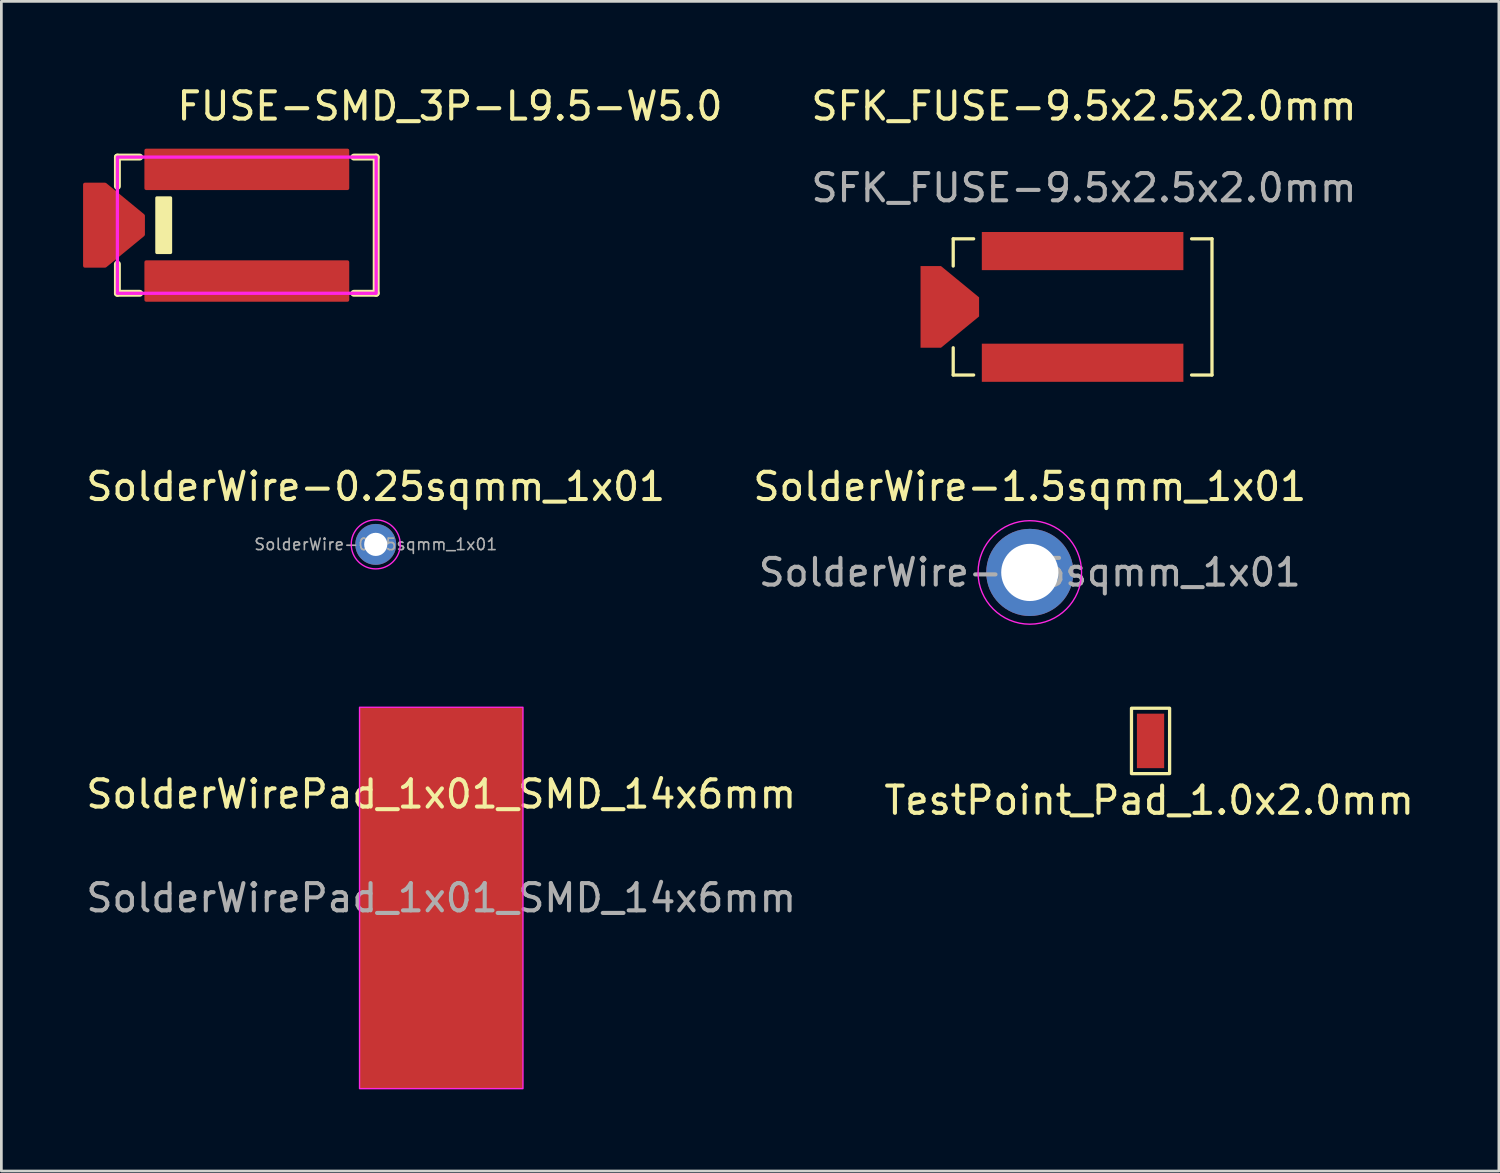
<source format=kicad_pcb>
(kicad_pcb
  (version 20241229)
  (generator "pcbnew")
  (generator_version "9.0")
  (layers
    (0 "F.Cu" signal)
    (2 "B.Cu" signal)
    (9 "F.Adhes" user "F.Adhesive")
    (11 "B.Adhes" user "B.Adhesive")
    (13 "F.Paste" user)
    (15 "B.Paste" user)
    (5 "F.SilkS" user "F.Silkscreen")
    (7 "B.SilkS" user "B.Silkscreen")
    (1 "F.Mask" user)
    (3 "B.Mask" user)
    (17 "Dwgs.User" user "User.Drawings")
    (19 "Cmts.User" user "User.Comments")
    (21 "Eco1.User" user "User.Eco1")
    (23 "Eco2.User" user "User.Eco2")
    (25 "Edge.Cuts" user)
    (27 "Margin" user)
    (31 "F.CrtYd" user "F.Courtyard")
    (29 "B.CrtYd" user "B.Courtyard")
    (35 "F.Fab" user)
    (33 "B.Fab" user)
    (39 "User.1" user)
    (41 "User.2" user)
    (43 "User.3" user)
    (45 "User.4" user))
  (footprint "SolderWirePad_1x01_SMD_14x6mm"
    (layer "F.Cu")
    (at 13.149 29.915)
    (property "Reference" "SolderWirePad_1x01_SMD_14x6mm" (at 0 -3.81 0) (layer "F.SilkS") (effects (font (size 1 1) (thickness 0.15))))
    (attr smd exclude_from_pos_files exclude_from_bom)
    (fp_rect (start -3 -7) (end 3 7) (stroke (width 0.05) (type solid)) (fill no) (layer "F.CrtYd"))
    (fp_text user "${REFERENCE}" (at 0 0 0) (layer "F.Fab") (effects (font (size 1 1) (thickness 0.15))))
    (pad "1" smd rect (at 0 0) (size 6 14) (layers "F.Cu" "F.Mask" "F.Paste")))
  (footprint "SolderWire-0.25sqmm_1x01"
    (layer "F.Cu")
    (at 10.744 16.935)
    (property "Reference" "SolderWire-0.25sqmm_1x01" (at 0 -2.12 0) (layer "F.SilkS") (effects (font (size 1 1) (thickness 0.15))))
    (attr exclude_from_pos_files exclude_from_bom)
    (fp_circle (center 0 0) (end 0.9 0) (stroke (width 0.05) (type solid)) (fill no) (layer "F.CrtYd"))
    (fp_text user "${REFERENCE}" (at 0 0 0) (layer "F.Fab") (effects (font (size 0.42 0.42) (thickness 0.06))))
    (pad "1" thru_hole circle (at 0 0) (size 1.5 1.5) (drill 0.85) (layers "*.Cu" "*.Mask")))
  (footprint "FUSE-SMD_3P-L9.5-W5.0"
    (layer "F.Cu")
    (at 3.573 5.217)
    (property "Reference" "FUSE-SMD_3P-L9.5-W5.0" (at -0.203 -4.369 0) (layer "F.SilkS") (effects (font (size 1 1) (thickness 0.15)) (justify left)))
    (attr through_hole)
    (fp_line (start -2.313 -2.5) (end -1.494 -2.5) (stroke (width 0.254) (type solid)) (layer "F.SilkS"))
    (fp_line (start -2.313 -1.429) (end -2.313 -2.5) (stroke (width 0.254) (type solid)) (layer "F.SilkS"))
    (fp_line (start -2.313 2.5) (end -2.313 1.429) (stroke (width 0.254) (type solid)) (layer "F.SilkS"))
    (fp_line (start -1.494 2.5) (end -2.313 2.5) (stroke (width 0.254) (type solid)) (layer "F.SilkS"))
    (fp_line (start 6.369 -2.5) (end 7.187 -2.5) (stroke (width 0.254) (type solid)) (layer "F.SilkS"))
    (fp_line (start 7.187 -2.5) (end 7.187 2.5) (stroke (width 0.254) (type solid)) (layer "F.SilkS"))
    (fp_line (start 7.187 2.5) (end 6.369 2.5) (stroke (width 0.254) (type solid)) (layer "F.SilkS"))
    (fp_poly (pts (xy -0.863 -1) (xy -0.863 1) (xy -0.463 1) (xy -0.363 1) (xy -0.363 -1)) (stroke (width 0.12) (type solid)) (fill yes) (layer "F.SilkS"))
    (fp_circle (center 7.187 -2.5) (end 7.217 -2.5) (stroke (width 0.06) (type solid)) (fill no) (layer "Eco2.User"))
    (fp_rect (start -2.313 -2.5) (end 7.187 2.5) (stroke (width 0.12) (type solid)) (fill no) (layer "F.CrtYd"))
    (pad "1" smd custom (at 2.438 -2.05) (size 0.102 0.102) (layers "F.Cu" "F.Mask" "F.Paste") (options (anchor circle)) (primitives (gr_poly (pts (xy -3.7 -0.7) (xy -3.7 0.7) (xy 3.7 0.7) (xy 3.7 -0.7)) (width 0.12) (fill yes))))
    (pad "2" smd custom (at -2.438 0) (size 0.102 0.102) (layers "F.Cu" "F.Mask" "F.Paste") (options (anchor circle)) (primitives (gr_poly (pts (xy -1.075 -1.5) (xy -1.075 1.5) (xy -0.325 1.5) (xy 1.075 0.35) (xy 1.075 -0.35) (xy -0.325 -1.5) (xy -1.075 -1.5)) (width 0.12) (fill yes))))
    (pad "3" smd custom (at 2.438 2.05) (size 0.102 0.102) (layers "F.Cu" "F.Mask" "F.Paste") (options (anchor circle)) (primitives (gr_poly (pts (xy -3.7 -0.7) (xy -3.7 0.7) (xy 3.7 0.7) (xy 3.7 -0.7)) (width 0.12) (fill yes)))))
  (footprint "SolderWire-1.5sqmm_1x01"
    (layer "F.Cu")
    (at 34.756 17.965)
    (property "Reference" "SolderWire-1.5sqmm_1x01" (at 0 -3.15 0) (layer "F.SilkS") (effects (font (size 1 1) (thickness 0.15))))
    (attr exclude_from_pos_files exclude_from_bom)
    (fp_circle (center 0 0) (end 1.9 0) (stroke (width 0.05) (type solid)) (fill no) (layer "F.CrtYd"))
    (fp_text user "${REFERENCE}" (at 0 0 0) (layer "F.Fab") (effects (font (size 0.98 0.98) (thickness 0.15))))
    (pad "1" thru_hole circle (at 0 0) (size 3.2 3.2) (drill 2.1) (layers "*.Cu" "*.Mask")))
  (footprint "SFK_FUSE-9.5x2.5x2.0mm"
    (layer "F.Cu")
    (at 36.694 8.217)
    (property "Reference" "SFK_FUSE-9.5x2.5x2.0mm" (at 0.051 -7.369 0) (unlocked yes) (layer "F.SilkS") (effects (font (size 1 1) (thickness 0.15))))
    (attr smd)
    (fp_line (start -4.75 -2.5) (end -4.75 -1.5) (stroke (width 0.12) (type default)) (layer "F.SilkS"))
    (fp_line (start -4.75 -2.5) (end -4 -2.5) (stroke (width 0.12) (type default)) (layer "F.SilkS"))
    (fp_line (start -4.75 1.5) (end -4.75 2.5) (stroke (width 0.12) (type default)) (layer "F.SilkS"))
    (fp_line (start -4 2.5) (end -4.75 2.5) (stroke (width 0.12) (type default)) (layer "F.SilkS"))
    (fp_line (start 4 -2.5) (end 4.75 -2.5) (stroke (width 0.12) (type default)) (layer "F.SilkS"))
    (fp_line (start 4 2.5) (end 4.75 2.5) (stroke (width 0.12) (type default)) (layer "F.SilkS"))
    (fp_line (start 4.75 -2.5) (end 4.75 2.5) (stroke (width 0.12) (type default)) (layer "F.SilkS"))
    (fp_text user "${REFERENCE}" (at 0.051 -4.369 0) (unlocked yes) (layer "F.Fab") (effects (font (size 1 1) (thickness 0.15))))
    (pad "1" smd rect (at 0 -2.05) (size 7.4 1.4) (layers "F.Cu" "F.Mask" "F.Paste"))
    (pad "2" smd custom (at -5.08 -0.051) (size 1 1) (layers "F.Cu" "F.Mask" "F.Paste") (options (anchor rect)) (primitives (gr_poly (pts (xy -0.12 -1.449) (xy -0.87 -1.449) (xy -0.87 1.551) (xy -0.12 1.551) (xy 1.28 0.401) (xy 1.28 -0.299)) (width 0) (fill yes))))
    (pad "3" smd rect (at 0 2.05) (size 7.4 1.4) (layers "F.Cu" "F.Mask" "F.Paste")))
  (footprint "TestPoint_Pad_1.0x2.0mm"
    (layer "F.Cu")
    (at 39.188 24.15)
    (property "Reference" "TestPoint_Pad_1.0x2.0mm" (at -0.051 2.184 0) (layer "F.SilkS") (effects (font (size 1 1) (thickness 0.15))))
    (attr exclude_from_pos_files exclude_from_bom)
    (fp_rect (start -0.7 -1.2) (end 0.7 1.2) (stroke (width 0.12) (type solid)) (fill no) (layer "F.SilkS"))
    (pad "1" smd rect (at 0 0) (size 1 2) (layers "F.Cu" "F.Mask")))
  (gr_rect
    (start -3 -3)
    (end 51.976 39.94)
    (stroke (width 0.1) (type default))
    (fill no)
    (layer "Edge.Cuts")))
</source>
